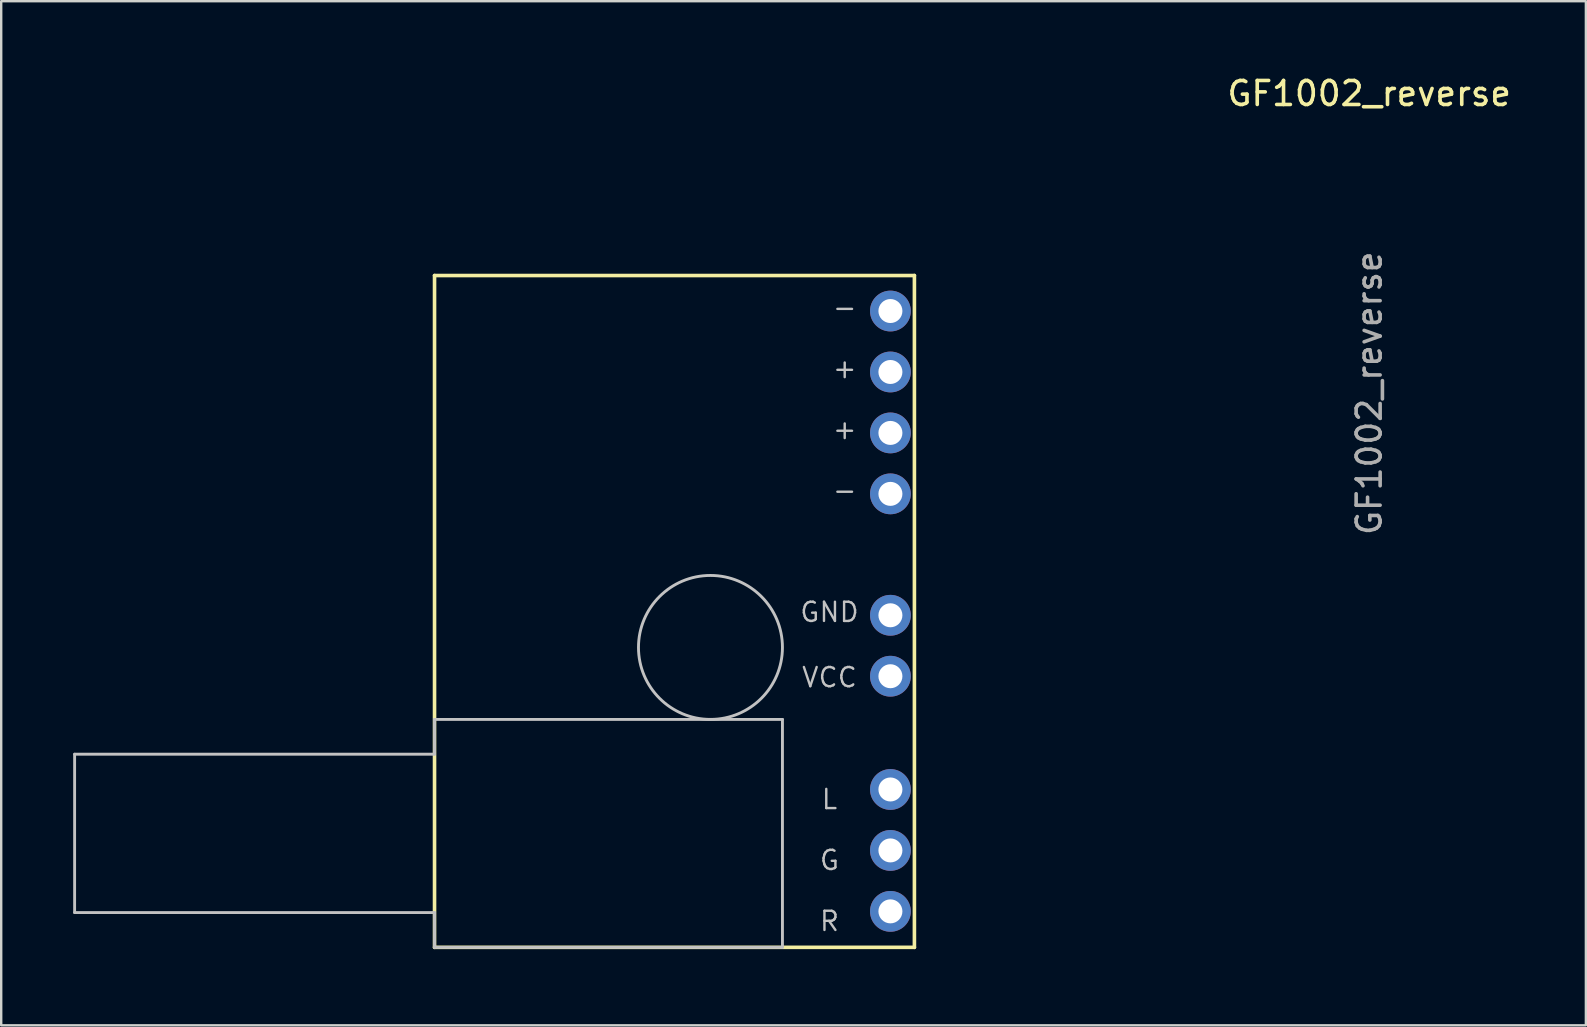
<source format=kicad_pcb>
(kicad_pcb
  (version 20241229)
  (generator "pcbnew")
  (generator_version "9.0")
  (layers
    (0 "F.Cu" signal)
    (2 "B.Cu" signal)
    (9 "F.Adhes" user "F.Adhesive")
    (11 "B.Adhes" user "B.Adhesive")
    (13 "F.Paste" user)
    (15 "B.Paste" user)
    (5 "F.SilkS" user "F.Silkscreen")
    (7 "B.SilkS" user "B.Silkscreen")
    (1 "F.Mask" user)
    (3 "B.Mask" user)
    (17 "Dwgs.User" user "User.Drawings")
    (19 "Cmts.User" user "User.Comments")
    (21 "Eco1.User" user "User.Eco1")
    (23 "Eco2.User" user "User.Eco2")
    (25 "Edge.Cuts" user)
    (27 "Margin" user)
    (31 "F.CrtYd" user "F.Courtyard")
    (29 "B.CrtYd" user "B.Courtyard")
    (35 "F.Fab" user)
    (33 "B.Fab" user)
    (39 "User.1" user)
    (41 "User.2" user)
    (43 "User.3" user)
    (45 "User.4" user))
  (footprint "GF1002_reverse"
    (layer "F.Cu")
    (at 34.06 36.433)
    (property "Reference" "GF1002_reverse" (at 19.955 -35.585 0) (layer "F.SilkS") (effects (font (size 1 1) (thickness 0.15))))
    (attr through_hole)
    (fp_line (start -19 -28) (end -19 0) (stroke (width 0.15) (type solid)) (layer "F.SilkS"))
    (fp_line (start -19 -28) (end 1 -28) (stroke (width 0.15) (type solid)) (layer "F.SilkS"))
    (fp_line (start 1 -28) (end 1 0) (stroke (width 0.15) (type solid)) (layer "F.SilkS"))
    (fp_line (start 1 0) (end -19 0) (stroke (width 0.15) (type solid)) (layer "F.SilkS"))
    (fp_line (start -34 -1.45) (end -34 -8.05) (stroke (width 0.12) (type solid)) (layer "Dwgs.User"))
    (fp_line (start -19 -9.5) (end -19 -8.05) (stroke (width 0.12) (type solid)) (layer "Dwgs.User"))
    (fp_line (start -19 -8.05) (end -34 -8.05) (stroke (width 0.12) (type solid)) (layer "Dwgs.User"))
    (fp_line (start -19 -1.45) (end -34 -1.45) (stroke (width 0.12) (type solid)) (layer "Dwgs.User"))
    (fp_line (start -19 -1.45) (end -19 0) (stroke (width 0.12) (type solid)) (layer "Dwgs.User"))
    (fp_line (start -19 0) (end -4.5 0) (stroke (width 0.12) (type solid)) (layer "Dwgs.User"))
    (fp_line (start -4.5 -9.5) (end -19 -9.5) (stroke (width 0.12) (type solid)) (layer "Dwgs.User"))
    (fp_line (start -4.5 0) (end -4.5 -9.5) (stroke (width 0.12) (type solid)) (layer "Dwgs.User"))
    (fp_circle (center -7.5 -12.5) (end -4.5 -12.5) (stroke (width 0.12) (type solid)) (fill no) (layer "Dwgs.User"))
    (fp_text user "-" (at -1.905 -19.05 0) (layer "Dwgs.User") (effects (font (size 0.8 0.8) (thickness 0.1))))
    (fp_text user "+" (at -1.905 -24.13 0) (layer "Dwgs.User") (effects (font (size 0.8 0.8) (thickness 0.1))))
    (fp_text user "GND" (at -2.54 -13.97 0) (layer "Dwgs.User") (effects (font (size 0.8 0.8) (thickness 0.1))))
    (fp_text user "-" (at -1.905 -26.67 0) (layer "Dwgs.User") (effects (font (size 0.8 0.8) (thickness 0.1))))
    (fp_text user "L" (at -2.54 -6.17 0) (layer "Dwgs.User") (effects (font (size 0.8 0.8) (thickness 0.1))))
    (fp_text user "R" (at -2.54 -1.09 0) (layer "Dwgs.User") (effects (font (size 0.8 0.8) (thickness 0.1))))
    (fp_text user "+" (at -1.905 -21.59 0) (layer "Dwgs.User") (effects (font (size 0.8 0.8) (thickness 0.1))))
    (fp_text user "VCC" (at -2.54 -11.25 0) (layer "Dwgs.User") (effects (font (size 0.8 0.8) (thickness 0.1))))
    (fp_text user "G" (at -2.54 -3.63 0) (layer "Dwgs.User") (effects (font (size 0.8 0.8) (thickness 0.1))))
    (fp_text user "${REFERENCE}" (at 19.955 -23.095 90) (layer "F.Fab") (effects (font (size 1 1) (thickness 0.15))))
    (pad "1" thru_hole oval (at 0 -26.52) (size 1.7 1.7) (drill 1) (layers "*.Cu" "*.Mask"))
    (pad "2" thru_hole oval (at 0 -23.98) (size 1.7 1.7) (drill 1) (layers "*.Cu" "*.Mask"))
    (pad "3" thru_hole oval (at 0 -21.44) (size 1.7 1.7) (drill 1) (layers "*.Cu" "*.Mask"))
    (pad "4" thru_hole oval (at 0 -18.9) (size 1.7 1.7) (drill 1) (layers "*.Cu" "*.Mask"))
    (pad "5" thru_hole oval (at 0 -13.84) (size 1.7 1.7) (drill 1) (layers "*.Cu" "*.Mask"))
    (pad "6" thru_hole oval (at 0 -11.3) (size 1.7 1.7) (drill 1) (layers "*.Cu" "*.Mask"))
    (pad "7" thru_hole oval (at 0 -6.58) (size 1.7 1.7) (drill 1) (layers "*.Cu" "*.Mask"))
    (pad "8" thru_hole oval (at 0 -4.04) (size 1.7 1.7) (drill 1) (layers "*.Cu" "*.Mask"))
    (pad "9" thru_hole oval (at 0 -1.5) (size 1.7 1.7) (drill 1) (layers "*.Cu" "*.Mask")))
  (gr_rect
    (start -3 -3)
    (end 63.045 39.683)
    (stroke (width 0.1) (type default))
    (fill no)
    (layer "Edge.Cuts")))
</source>
